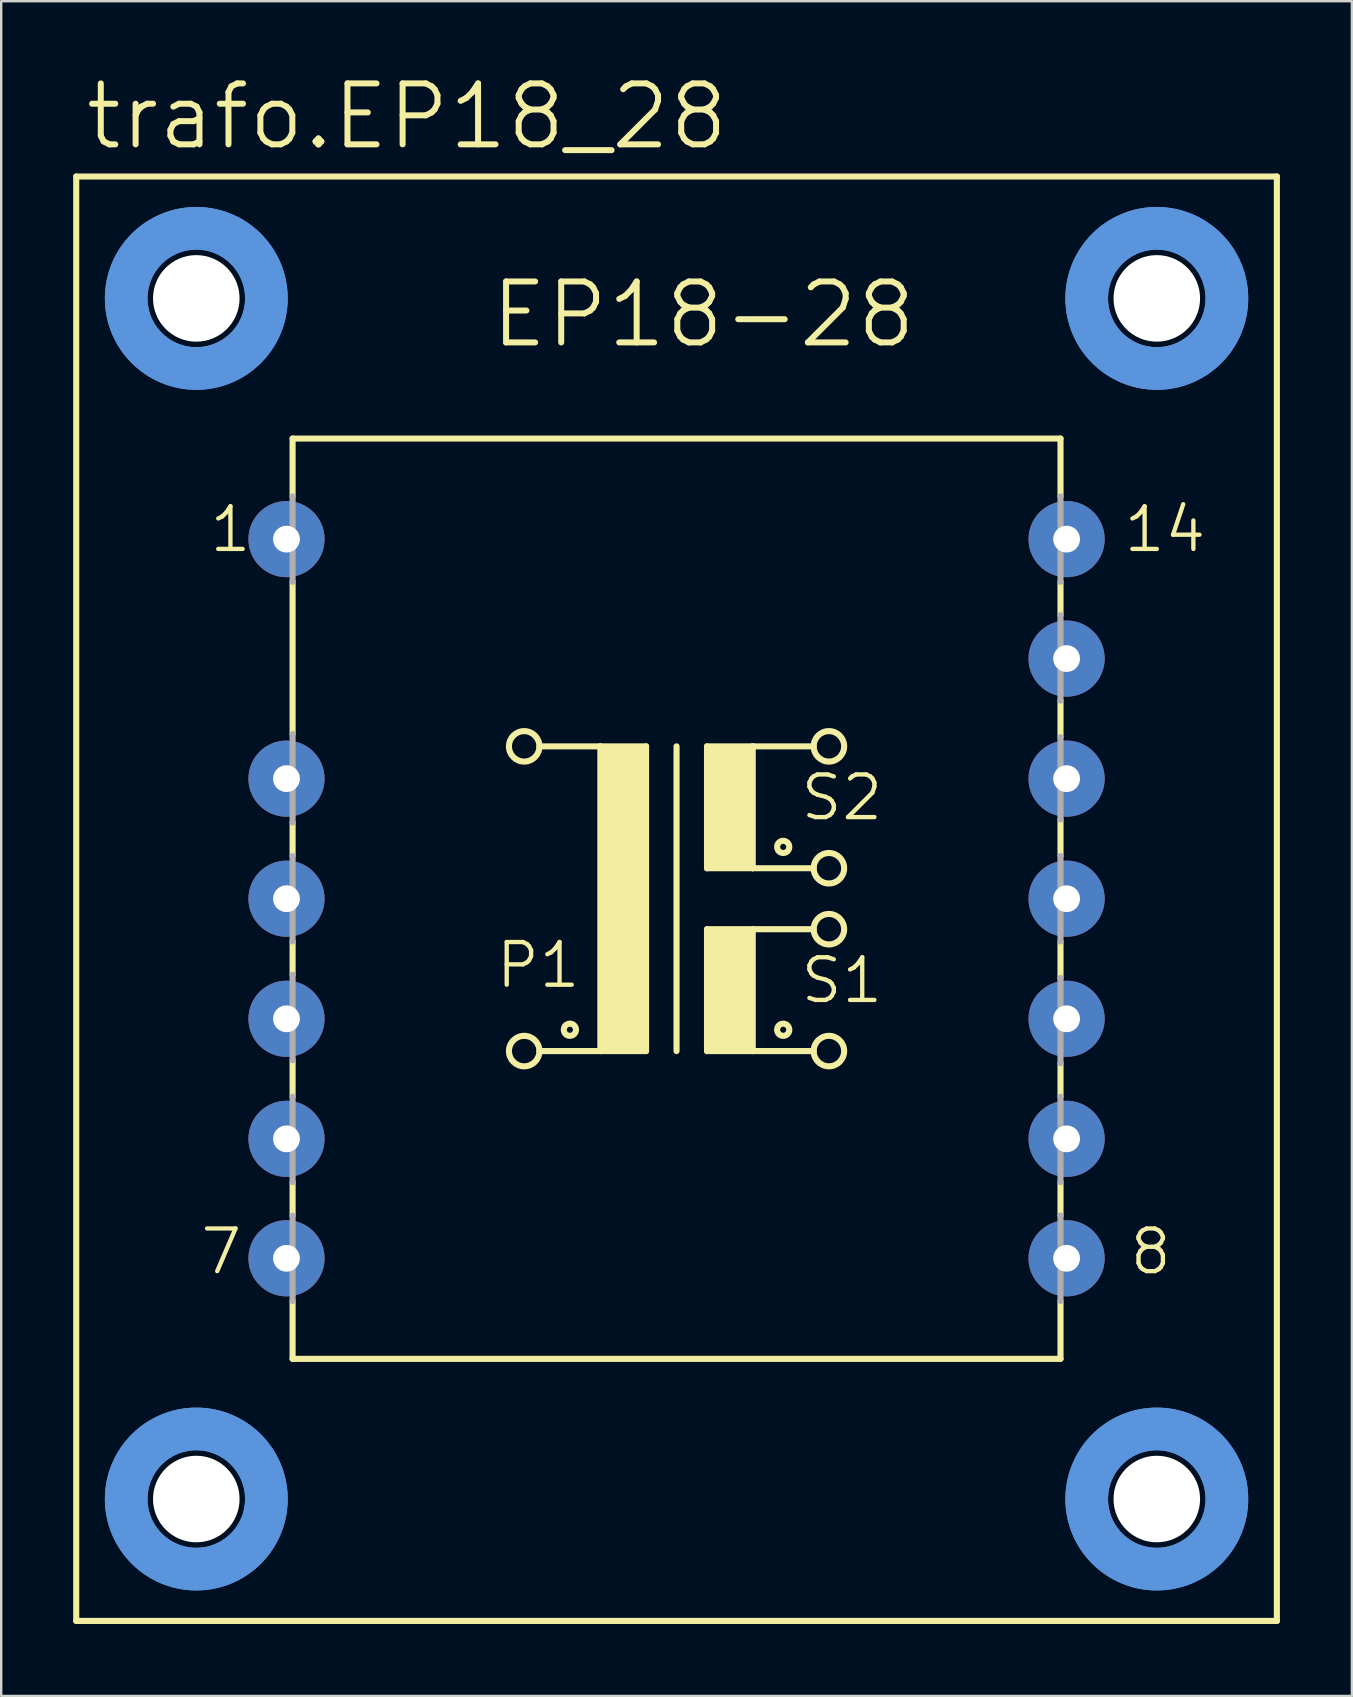
<source format=kicad_pcb>
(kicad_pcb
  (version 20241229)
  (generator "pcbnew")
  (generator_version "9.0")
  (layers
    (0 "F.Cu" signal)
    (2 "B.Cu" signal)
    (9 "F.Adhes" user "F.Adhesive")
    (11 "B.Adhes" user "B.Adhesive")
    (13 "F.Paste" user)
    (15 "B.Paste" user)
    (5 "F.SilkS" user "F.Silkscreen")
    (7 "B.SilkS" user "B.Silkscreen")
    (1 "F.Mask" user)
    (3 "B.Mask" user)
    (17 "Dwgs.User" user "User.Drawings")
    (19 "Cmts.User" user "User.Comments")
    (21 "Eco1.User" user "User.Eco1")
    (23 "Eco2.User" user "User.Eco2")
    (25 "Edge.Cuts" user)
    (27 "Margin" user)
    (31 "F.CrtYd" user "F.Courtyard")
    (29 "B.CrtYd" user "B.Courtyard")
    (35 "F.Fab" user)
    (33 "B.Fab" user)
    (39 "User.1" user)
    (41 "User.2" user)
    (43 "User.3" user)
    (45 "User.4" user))
  (footprint "trafo.EP18_28"
    (layer "F.Cu")
    (at 25.146 34.405)
    (property "Reference" "trafo.EP18_28" (at -24.765 -31.115 0) (layer "F.SilkS") (effects (font (size 2.54 2.54) (thickness 0.25)) (justify left bottom)))
    (attr through_hole)
    (fp_line (start -25.019 30.099) (end -25.019 -30.099) (stroke (width 0.254) (type default)) (layer "F.SilkS"))
    (fp_line (start -25.019 30.099) (end 25.019 30.099) (stroke (width 0.254) (type default)) (layer "F.SilkS"))
    (fp_line (start -16.002 -19.177) (end -16.002 -16.764) (stroke (width 0.254) (type default)) (layer "F.SilkS"))
    (fp_line (start -16.002 -19.177) (end 16.002 -19.177) (stroke (width 0.254) (type default)) (layer "F.SilkS"))
    (fp_line (start -16.002 -13.208) (end -16.002 -6.858) (stroke (width 0.254) (type default)) (layer "F.SilkS"))
    (fp_line (start -16.002 -3.175) (end -16.002 -1.778) (stroke (width 0.254) (type default)) (layer "F.SilkS"))
    (fp_line (start -16.002 1.778) (end -16.002 3.175) (stroke (width 0.254) (type default)) (layer "F.SilkS"))
    (fp_line (start -16.002 6.731) (end -16.002 8.255) (stroke (width 0.254) (type default)) (layer "F.SilkS"))
    (fp_line (start -16.002 11.811) (end -16.002 13.208) (stroke (width 0.254) (type default)) (layer "F.SilkS"))
    (fp_line (start -16.002 16.764) (end -16.002 19.177) (stroke (width 0.254) (type default)) (layer "F.SilkS"))
    (fp_line (start -5.715 -6.35) (end -3.175 -6.35) (stroke (width 0.254) (type default)) (layer "F.SilkS"))
    (fp_line (start -3.175 -6.35) (end -3.175 6.35) (stroke (width 0.254) (type default)) (layer "F.SilkS"))
    (fp_line (start -3.175 -6.35) (end -1.27 -6.35) (stroke (width 0.254) (type default)) (layer "F.SilkS"))
    (fp_line (start -3.175 6.35) (end -5.715 6.35) (stroke (width 0.254) (type default)) (layer "F.SilkS"))
    (fp_line (start -1.27 -6.35) (end -1.27 6.35) (stroke (width 0.254) (type default)) (layer "F.SilkS"))
    (fp_line (start -1.27 6.35) (end -3.175 6.35) (stroke (width 0.254) (type default)) (layer "F.SilkS"))
    (fp_line (start 0 -6.35) (end 0 6.35) (stroke (width 0.254) (type default)) (layer "F.SilkS"))
    (fp_line (start 1.27 -6.35) (end 1.27 -1.27) (stroke (width 0.254) (type default)) (layer "F.SilkS"))
    (fp_line (start 1.27 -6.35) (end 3.175 -6.35) (stroke (width 0.254) (type default)) (layer "F.SilkS"))
    (fp_line (start 1.27 -1.27) (end 3.175 -1.27) (stroke (width 0.254) (type default)) (layer "F.SilkS"))
    (fp_line (start 1.27 1.27) (end 1.27 6.35) (stroke (width 0.254) (type default)) (layer "F.SilkS"))
    (fp_line (start 1.27 1.27) (end 3.175 1.27) (stroke (width 0.254) (type default)) (layer "F.SilkS"))
    (fp_line (start 1.27 6.35) (end 3.175 6.35) (stroke (width 0.254) (type default)) (layer "F.SilkS"))
    (fp_line (start 3.175 -6.35) (end 5.715 -6.35) (stroke (width 0.254) (type default)) (layer "F.SilkS"))
    (fp_line (start 3.175 -1.27) (end 3.175 -6.35) (stroke (width 0.254) (type default)) (layer "F.SilkS"))
    (fp_line (start 3.175 -1.27) (end 5.715 -1.27) (stroke (width 0.254) (type default)) (layer "F.SilkS"))
    (fp_line (start 3.175 1.27) (end 5.715 1.27) (stroke (width 0.254) (type default)) (layer "F.SilkS"))
    (fp_line (start 3.175 6.35) (end 3.175 1.27) (stroke (width 0.254) (type default)) (layer "F.SilkS"))
    (fp_line (start 3.175 6.35) (end 5.715 6.35) (stroke (width 0.254) (type default)) (layer "F.SilkS"))
    (fp_line (start 16.002 -16.764) (end 16.002 -19.177) (stroke (width 0.254) (type default)) (layer "F.SilkS"))
    (fp_line (start 16.002 -11.811) (end 16.002 -13.208) (stroke (width 0.254) (type default)) (layer "F.SilkS"))
    (fp_line (start 16.002 -6.731) (end 16.002 -8.255) (stroke (width 0.254) (type default)) (layer "F.SilkS"))
    (fp_line (start 16.002 -1.778) (end 16.002 -3.302) (stroke (width 0.254) (type default)) (layer "F.SilkS"))
    (fp_line (start 16.002 3.302) (end 16.002 1.778) (stroke (width 0.254) (type default)) (layer "F.SilkS"))
    (fp_line (start 16.002 8.255) (end 16.002 6.858) (stroke (width 0.254) (type default)) (layer "F.SilkS"))
    (fp_line (start 16.002 13.208) (end 16.002 11.811) (stroke (width 0.254) (type default)) (layer "F.SilkS"))
    (fp_line (start 16.002 19.177) (end -16.002 19.177) (stroke (width 0.254) (type default)) (layer "F.SilkS"))
    (fp_line (start 16.002 19.177) (end 16.002 16.764) (stroke (width 0.254) (type default)) (layer "F.SilkS"))
    (fp_line (start 25.019 -30.099) (end -25.019 -30.099) (stroke (width 0.254) (type default)) (layer "F.SilkS"))
    (fp_line (start 25.019 -30.099) (end 25.019 30.099) (stroke (width 0.254) (type default)) (layer "F.SilkS"))
    (fp_rect (start -3.175 6.35) (end -1.27 -6.35) (stroke (width 0.05) (type default)) (fill yes) (layer "F.SilkS"))
    (fp_rect (start 1.27 -1.27) (end 3.175 -6.35) (stroke (width 0.05) (type default)) (fill yes) (layer "F.SilkS"))
    (fp_rect (start 1.27 6.35) (end 3.175 1.27) (stroke (width 0.05) (type default)) (fill yes) (layer "F.SilkS"))
    (fp_circle (center -6.35 -6.35) (end -5.715 -6.35) (stroke (width 0.254) (type default)) (fill no) (layer "F.SilkS"))
    (fp_circle (center -6.35 6.35) (end -5.715 6.35) (stroke (width 0.254) (type default)) (fill no) (layer "F.SilkS"))
    (fp_circle (center -4.445 5.461) (end -4.191 5.461) (stroke (width 0.254) (type default)) (fill no) (layer "F.SilkS"))
    (fp_circle (center 4.445 -2.159) (end 4.699 -2.159) (stroke (width 0.254) (type default)) (fill no) (layer "F.SilkS"))
    (fp_circle (center 4.445 5.461) (end 4.699 5.461) (stroke (width 0.254) (type default)) (fill no) (layer "F.SilkS"))
    (fp_circle (center 6.35 -6.35) (end 6.985 -6.35) (stroke (width 0.254) (type default)) (fill no) (layer "F.SilkS"))
    (fp_circle (center 6.35 -1.27) (end 6.985 -1.27) (stroke (width 0.254) (type default)) (fill no) (layer "F.SilkS"))
    (fp_circle (center 6.35 1.27) (end 6.985 1.27) (stroke (width 0.254) (type default)) (fill no) (layer "F.SilkS"))
    (fp_circle (center 6.35 6.35) (end 6.985 6.35) (stroke (width 0.254) (type default)) (fill no) (layer "F.SilkS"))
    (fp_circle (center -20.015 -25.019) (end -17.094 -25.019) (stroke (width 1.778) (type default)) (fill no) (layer "Cmts.User"))
    (fp_circle (center -20.015 -25.019) (end -17.094 -25.019) (stroke (width 1.778) (type default)) (fill no) (layer "Cmts.User"))
    (fp_circle (center -20.015 25.019) (end -17.094 25.019) (stroke (width 1.778) (type default)) (fill no) (layer "Cmts.User"))
    (fp_circle (center -20.015 25.019) (end -17.094 25.019) (stroke (width 1.778) (type default)) (fill no) (layer "Cmts.User"))
    (fp_circle (center 20.015 -25.019) (end 22.936 -25.019) (stroke (width 1.778) (type default)) (fill no) (layer "Cmts.User"))
    (fp_circle (center 20.015 -25.019) (end 22.936 -25.019) (stroke (width 1.778) (type default)) (fill no) (layer "Cmts.User"))
    (fp_circle (center 20.015 25.019) (end 22.936 25.019) (stroke (width 1.778) (type default)) (fill no) (layer "Cmts.User"))
    (fp_circle (center 20.015 25.019) (end 22.936 25.019) (stroke (width 1.778) (type default)) (fill no) (layer "Cmts.User"))
    (fp_line (start -16.002 -13.208) (end -16.002 -16.764) (stroke (width 0.254) (type default)) (layer "F.Fab"))
    (fp_line (start -16.002 -3.175) (end -16.002 -6.858) (stroke (width 0.254) (type default)) (layer "F.Fab"))
    (fp_line (start -16.002 1.778) (end -16.002 -1.778) (stroke (width 0.254) (type default)) (layer "F.Fab"))
    (fp_line (start -16.002 6.731) (end -16.002 3.175) (stroke (width 0.254) (type default)) (layer "F.Fab"))
    (fp_line (start -16.002 11.811) (end -16.002 8.255) (stroke (width 0.254) (type default)) (layer "F.Fab"))
    (fp_line (start -16.002 16.764) (end -16.002 13.208) (stroke (width 0.254) (type default)) (layer "F.Fab"))
    (fp_line (start 16.002 -16.764) (end 16.002 -13.208) (stroke (width 0.254) (type default)) (layer "F.Fab"))
    (fp_line (start 16.002 -11.811) (end 16.002 -8.255) (stroke (width 0.254) (type default)) (layer "F.Fab"))
    (fp_line (start 16.002 -6.731) (end 16.002 -3.302) (stroke (width 0.254) (type default)) (layer "F.Fab"))
    (fp_line (start 16.002 -1.778) (end 16.002 1.778) (stroke (width 0.254) (type default)) (layer "F.Fab"))
    (fp_line (start 16.002 3.302) (end 16.002 6.858) (stroke (width 0.254) (type default)) (layer "F.Fab"))
    (fp_line (start 16.002 8.255) (end 16.002 11.811) (stroke (width 0.254) (type default)) (layer "F.Fab"))
    (fp_line (start 16.002 13.208) (end 16.002 16.764) (stroke (width 0.254) (type default)) (layer "F.Fab"))
    (fp_text user "7" (at -19.939 15.748 0) (layer "F.SilkS") (effects (font (size 1.778 1.778) (thickness 0.18)) (justify left bottom)))
    (fp_text user "14" (at 18.542 -14.351 0) (layer "F.SilkS") (effects (font (size 1.778 1.778) (thickness 0.18)) (justify left bottom)))
    (fp_text user "S1" (at 5.08 4.445 0) (layer "F.SilkS") (effects (font (size 1.778 1.778) (thickness 0.18)) (justify left bottom)))
    (fp_text user "S2" (at 5.08 -3.175 0) (layer "F.SilkS") (effects (font (size 1.778 1.778) (thickness 0.18)) (justify left bottom)))
    (fp_text user "8" (at 18.796 15.748 0) (layer "F.SilkS") (effects (font (size 1.778 1.778) (thickness 0.18)) (justify left bottom)))
    (fp_text user "EP18-28" (at -7.874 -22.86 0) (layer "F.SilkS") (effects (font (size 2.54 2.54) (thickness 0.25)) (justify left bottom)))
    (fp_text user "1" (at -19.558 -14.351 0) (layer "F.SilkS") (effects (font (size 1.778 1.778) (thickness 0.18)) (justify left bottom)))
    (fp_text user "P1" (at -7.62 3.81 0) (layer "F.SilkS") (effects (font (size 1.778 1.778) (thickness 0.18)) (justify left bottom)))
    (pad "" np_thru_hole circle (at -20.015 -25.019) (size 3.607 3.607) (drill 3.607) (layers "*.Cu" "*.Mask"))
    (pad "" np_thru_hole circle (at -20.015 25.019) (size 3.607 3.607) (drill 3.607) (layers "*.Cu" "*.Mask"))
    (pad "" np_thru_hole circle (at 20.015 -25.019) (size 3.607 3.607) (drill 3.607) (layers "*.Cu" "*.Mask"))
    (pad "" np_thru_hole circle (at 20.015 25.019) (size 3.607 3.607) (drill 3.607) (layers "*.Cu" "*.Mask"))
    (pad "1" thru_hole circle (at -16.256 -14.986) (size 3.175 3.175) (drill 1.118) (layers "*.Cu" "*.Mask"))
    (pad "3" thru_hole circle (at -16.256 -5.004) (size 3.175 3.175) (drill 1.118) (layers "*.Cu" "*.Mask"))
    (pad "4" thru_hole circle (at -16.256 0) (size 3.175 3.175) (drill 1.118) (layers "*.Cu" "*.Mask"))
    (pad "5" thru_hole circle (at -16.256 5.004) (size 3.175 3.175) (drill 1.118) (layers "*.Cu" "*.Mask"))
    (pad "6" thru_hole circle (at -16.256 10.008) (size 3.175 3.175) (drill 1.118) (layers "*.Cu" "*.Mask"))
    (pad "7" thru_hole circle (at -16.256 14.986) (size 3.175 3.175) (drill 1.118) (layers "*.Cu" "*.Mask"))
    (pad "8" thru_hole circle (at 16.256 14.986) (size 3.175 3.175) (drill 1.118) (layers "*.Cu" "*.Mask"))
    (pad "9" thru_hole circle (at 16.256 10.008) (size 3.175 3.175) (drill 1.118) (layers "*.Cu" "*.Mask"))
    (pad "10" thru_hole circle (at 16.256 5.004) (size 3.175 3.175) (drill 1.118) (layers "*.Cu" "*.Mask"))
    (pad "11" thru_hole circle (at 16.256 0) (size 3.175 3.175) (drill 1.118) (layers "*.Cu" "*.Mask"))
    (pad "12" thru_hole circle (at 16.256 -5.004) (size 3.175 3.175) (drill 1.118) (layers "*.Cu" "*.Mask"))
    (pad "13" thru_hole circle (at 16.256 -10.008) (size 3.175 3.175) (drill 1.118) (layers "*.Cu" "*.Mask"))
    (pad "14" thru_hole circle (at 16.256 -14.986) (size 3.175 3.175) (drill 1.118) (layers "*.Cu" "*.Mask")))
  (gr_rect
    (start -3 -3)
    (end 53.292 67.631)
    (stroke (width 0.1) (type default))
    (fill no)
    (layer "Edge.Cuts")))
</source>
